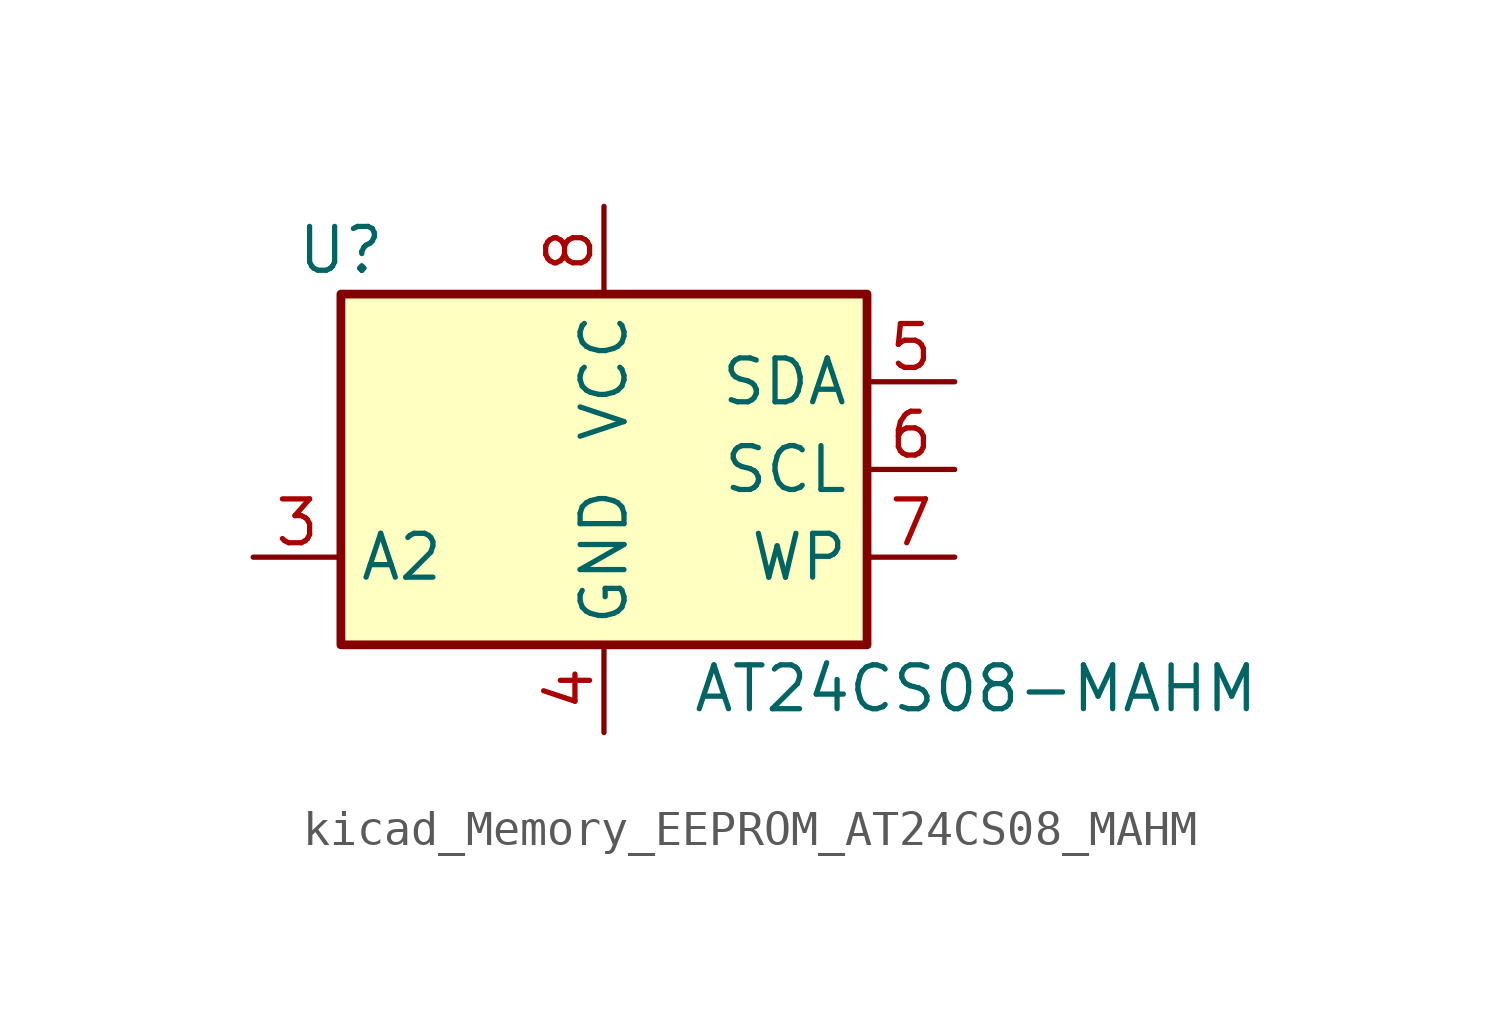
<source format=kicad_sym>
(kicad_symbol_lib
  (version 20220914)
  (generator kicad_symbol_editor)
  (symbol "kicad_Memory_EEPROM_AT24CS08_MAHM"
    (property "Reference" "U"
      (at -7.62 6.35 0)
      (effects (font (size 1.27 1.27))))
    (property "Value" "AT24CS08-MAHM"
      (at 2.54 -6.35 0)
      (effects (font (size 1.27 1.27)) (justify left)))
    (symbol "kicad_Memory_EEPROM_AT24CS08_MAHM_1_1"
      (rectangle (start -7.62 5.08) (end 7.62 -5.08) (stroke (width 0.254) (type default)) (fill (type background)))
      (pin no_connect line (at -7.62 2.54 0) (length 2.54) hide (name "NC" (effects (font (size 1.27 1.27)))) (number "1" (effects (font (size 1.27 1.27)))))
      (pin no_connect line (at -7.62 0 0) (length 2.54) hide (name "NC" (effects (font (size 1.27 1.27)))) (number "2" (effects (font (size 1.27 1.27)))))
      (pin input line (at -10.16 -2.54 0) (length 2.54) (name "A2" (effects (font (size 1.27 1.27)))) (number "3" (effects (font (size 1.27 1.27)))))
      (pin power_in line (at 0 -7.62 90) (length 2.54) (name "GND" (effects (font (size 1.27 1.27)))) (number "4" (effects (font (size 1.27 1.27)))))
      (pin bidirectional line (at 10.16 2.54 180) (length 2.54) (name "SDA" (effects (font (size 1.27 1.27)))) (number "5" (effects (font (size 1.27 1.27)))))
      (pin input line (at 10.16 0 180) (length 2.54) (name "SCL" (effects (font (size 1.27 1.27)))) (number "6" (effects (font (size 1.27 1.27)))))
      (pin input line (at 10.16 -2.54 180) (length 2.54) (name "WP" (effects (font (size 1.27 1.27)))) (number "7" (effects (font (size 1.27 1.27)))))
      (pin power_in line (at 0 7.62 270) (length 2.54) (name "VCC" (effects (font (size 1.27 1.27)))) (number "8" (effects (font (size 1.27 1.27)))))
      (pin no_connect line (at -2.54 -5.08 90) (length 2.54) hide (name "NC" (effects (font (size 1.27 1.27)))) (number "9" (effects (font (size 1.27 1.27))))))))
</source>
